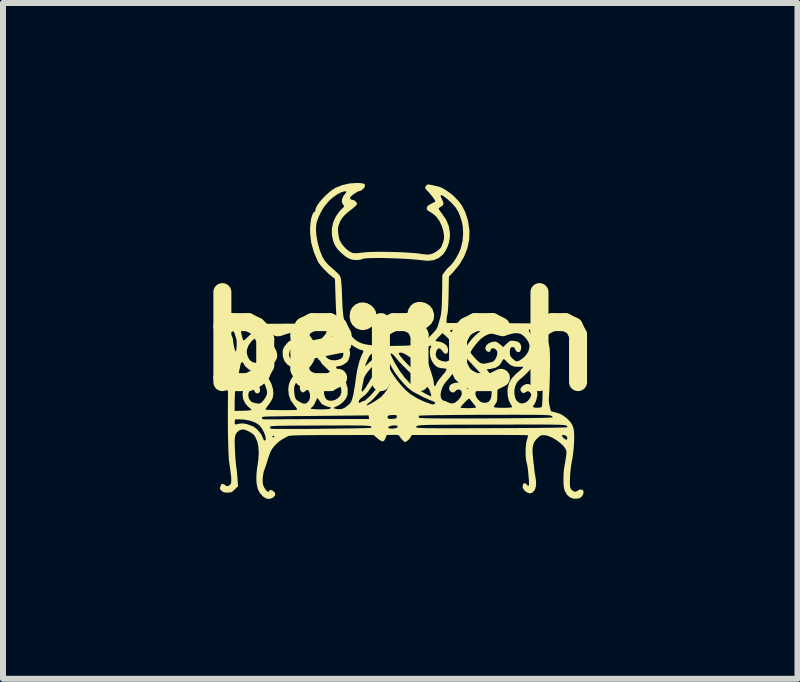
<source format=kicad_pcb>
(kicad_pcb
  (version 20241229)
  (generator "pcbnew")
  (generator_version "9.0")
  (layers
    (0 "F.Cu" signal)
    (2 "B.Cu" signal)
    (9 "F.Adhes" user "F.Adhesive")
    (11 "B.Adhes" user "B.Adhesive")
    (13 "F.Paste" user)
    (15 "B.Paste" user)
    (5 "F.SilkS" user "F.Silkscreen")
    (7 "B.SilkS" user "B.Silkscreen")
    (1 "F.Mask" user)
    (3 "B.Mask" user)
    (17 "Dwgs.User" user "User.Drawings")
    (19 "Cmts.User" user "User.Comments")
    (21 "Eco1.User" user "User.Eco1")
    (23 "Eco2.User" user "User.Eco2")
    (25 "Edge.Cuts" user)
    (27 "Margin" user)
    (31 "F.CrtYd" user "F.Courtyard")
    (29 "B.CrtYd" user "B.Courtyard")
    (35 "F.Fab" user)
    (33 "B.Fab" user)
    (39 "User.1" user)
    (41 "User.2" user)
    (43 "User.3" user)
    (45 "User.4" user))
  (footprint "bench"
    (layer "F.Cu")
    (at 3.621 2.641)
    (property "Reference" "bench" (at 0 0 0) (layer "F.SilkS") (effects (font (size 1.5 1.5) (thickness 0.3))))
    (attr board_only exclude_from_pos_files exclude_from_bom)
    (fp_poly (pts (xy 0.431 -0.636) (xy 0.494 -0.595) (xy 0.538 -0.537) (xy 0.562 -0.465) (xy 0.565 -0.425) (xy 0.555 -0.359) (xy 0.522 -0.3) (xy 0.47 -0.248) (xy 0.411 -0.21) (xy 0.348 -0.197) (xy 0.302 -0.201) (xy 0.234 -0.225) (xy 0.178 -0.27) (xy 0.137 -0.33) (xy 0.121 -0.382) (xy 0.118 -0.463) (xy 0.136 -0.534) (xy 0.171 -0.592) (xy 0.223 -0.635) (xy 0.286 -0.657) (xy 0.352 -0.658)) (stroke (width 0) (type solid)) (fill yes) (layer "F.SilkS"))
    (fp_poly (pts (xy -0.548 -0.636) (xy -0.489 -0.604) (xy -0.441 -0.558) (xy -0.408 -0.501) (xy -0.393 -0.436) (xy -0.4 -0.366) (xy -0.4 -0.365) (xy -0.431 -0.297) (xy -0.478 -0.243) (xy -0.537 -0.207) (xy -0.602 -0.189) (xy -0.669 -0.193) (xy -0.733 -0.219) (xy -0.744 -0.226) (xy -0.799 -0.278) (xy -0.831 -0.337) (xy -0.843 -0.411) (xy -0.843 -0.419) (xy -0.834 -0.498) (xy -0.803 -0.562) (xy -0.751 -0.612) (xy -0.744 -0.617) (xy -0.679 -0.645) (xy -0.612 -0.65)) (stroke (width 0) (type solid)) (fill yes) (layer "F.SilkS"))
    (fp_poly (pts (xy -0.713 -2.641) (xy -0.654 -2.638) (xy -0.616 -2.632) (xy -0.595 -2.621) (xy -0.587 -2.604) (xy -0.587 -2.593) (xy -0.598 -2.565) (xy -0.624 -2.535) (xy -0.657 -2.513) (xy -0.682 -2.507) (xy -0.704 -2.499) (xy -0.738 -2.479) (xy -0.776 -2.454) (xy -0.81 -2.428) (xy -0.831 -2.407) (xy -0.833 -2.402) (xy -0.834 -2.376) (xy -0.812 -2.362) (xy -0.795 -2.36) (xy -0.761 -2.349) (xy -0.732 -2.323) (xy -0.72 -2.292) (xy -0.72 -2.291) (xy -0.73 -2.273) (xy -0.757 -2.246) (xy -0.794 -2.215) (xy -0.797 -2.213) (xy -0.873 -2.153) (xy -0.93 -2.101) (xy -0.972 -2.051) (xy -1.002 -1.999) (xy -1.025 -1.939) (xy -1.026 -1.937) (xy -1.036 -1.896) (xy -1.037 -1.852) (xy -1.032 -1.794) (xy -1.03 -1.782) (xy -1.02 -1.723) (xy -1.005 -1.678) (xy -0.981 -1.636) (xy -0.962 -1.61) (xy -0.923 -1.564) (xy -0.878 -1.523) (xy -0.847 -1.501) (xy -0.806 -1.479) (xy -0.772 -1.47) (xy -0.73 -1.47) (xy -0.709 -1.472) (xy -0.653 -1.478) (xy -0.597 -1.484) (xy -0.573 -1.486) (xy -0.499 -1.491) (xy -0.404 -1.493) (xy -0.295 -1.494) (xy -0.176 -1.492) (xy -0.055 -1.489) (xy 0.063 -1.484) (xy 0.172 -1.477) (xy 0.266 -1.47) (xy 0.339 -1.461) (xy 0.402 -1.452) (xy 0.446 -1.448) (xy 0.479 -1.448) (xy 0.508 -1.454) (xy 0.532 -1.461) (xy 0.572 -1.48) (xy 0.614 -1.507) (xy 0.653 -1.539) (xy 0.681 -1.569) (xy 0.693 -1.593) (xy 0.693 -1.594) (xy 0.699 -1.615) (xy 0.713 -1.648) (xy 0.715 -1.653) (xy 0.73 -1.709) (xy 0.729 -1.779) (xy 0.715 -1.856) (xy 0.688 -1.936) (xy 0.651 -2.011) (xy 0.605 -2.075) (xy 0.597 -2.084) (xy 0.556 -2.12) (xy 0.508 -2.153) (xy 0.496 -2.159) (xy 0.461 -2.179) (xy 0.445 -2.197) (xy 0.442 -2.22) (xy 0.443 -2.224) (xy 0.447 -2.242) (xy 0.458 -2.257) (xy 0.479 -2.274) (xy 0.516 -2.295) (xy 0.572 -2.323) (xy 0.584 -2.329) (xy 0.583 -2.341) (xy 0.568 -2.369) (xy 0.542 -2.406) (xy 0.508 -2.448) (xy 0.481 -2.479) (xy 0.448 -2.515) (xy 0.424 -2.544) (xy 0.414 -2.559) (xy 0.413 -2.56) (xy 0.42 -2.575) (xy 0.433 -2.595) (xy 0.442 -2.607) (xy 0.452 -2.614) (xy 0.468 -2.616) (xy 0.494 -2.613) (xy 0.535 -2.605) (xy 0.594 -2.591) (xy 0.653 -2.577) (xy 0.691 -2.562) (xy 0.741 -2.534) (xy 0.798 -2.497) (xy 0.854 -2.455) (xy 0.893 -2.422) (xy 0.974 -2.339) (xy 1.036 -2.252) (xy 1.085 -2.152) (xy 1.123 -2.035) (xy 1.133 -1.993) (xy 1.155 -1.845) (xy 1.15 -1.698) (xy 1.12 -1.553) (xy 1.065 -1.414) (xy 0.986 -1.28) (xy 0.883 -1.155) (xy 0.879 -1.151) (xy 0.812 -1.082) (xy 0.806 -0.781) (xy 0.804 -0.689) (xy 0.801 -0.607) (xy 0.797 -0.539) (xy 0.793 -0.488) (xy 0.789 -0.459) (xy 0.787 -0.454) (xy 0.779 -0.425) (xy 0.774 -0.383) (xy 0.773 -0.368) (xy 0.773 -0.307) (xy 1.257 -0.306) (xy 1.382 -0.305) (xy 1.512 -0.305) (xy 1.64 -0.305) (xy 1.761 -0.304) (xy 1.869 -0.303) (xy 1.96 -0.303) (xy 2.001 -0.302) (xy 2.262 -0.3) (xy 2.319 -0.262) (xy 2.358 -0.229) (xy 2.392 -0.184) (xy 2.422 -0.121) (xy 2.452 -0.039) (xy 2.469 0.021) (xy 2.479 0.058) (xy 2.486 0.092) (xy 2.491 0.13) (xy 2.494 0.174) (xy 2.496 0.23) (xy 2.497 0.302) (xy 2.497 0.394) (xy 2.496 0.433) (xy 2.495 0.531) (xy 2.493 0.629) (xy 2.49 0.72) (xy 2.487 0.799) (xy 2.484 0.86) (xy 2.483 0.873) (xy 2.478 0.945) (xy 2.478 1) (xy 2.484 1.046) (xy 2.492 1.085) (xy 2.513 1.164) (xy 2.584 1.182) (xy 2.654 1.203) (xy 2.711 1.232) (xy 2.765 1.272) (xy 2.8 1.304) (xy 2.839 1.346) (xy 2.867 1.39) (xy 2.886 1.439) (xy 2.897 1.499) (xy 2.9 1.574) (xy 2.899 1.671) (xy 2.898 1.684) (xy 2.892 1.777) (xy 2.882 1.87) (xy 2.87 1.954) (xy 2.863 1.987) (xy 2.848 2.071) (xy 2.837 2.169) (xy 2.83 2.266) (xy 2.83 2.274) (xy 2.828 2.343) (xy 2.829 2.391) (xy 2.831 2.423) (xy 2.838 2.445) (xy 2.848 2.463) (xy 2.854 2.471) (xy 2.887 2.498) (xy 2.924 2.506) (xy 2.955 2.492) (xy 2.96 2.487) (xy 2.988 2.47) (xy 3.021 2.469) (xy 3.048 2.484) (xy 3.052 2.49) (xy 3.056 2.525) (xy 3.043 2.563) (xy 3.014 2.597) (xy 2.988 2.613) (xy 2.933 2.623) (xy 2.887 2.621) (xy 2.828 2.599) (xy 2.779 2.555) (xy 2.743 2.491) (xy 2.735 2.468) (xy 2.726 2.42) (xy 2.722 2.354) (xy 2.721 2.279) (xy 2.723 2.201) (xy 2.73 2.13) (xy 2.733 2.113) (xy 2.748 2.022) (xy 2.759 1.953) (xy 2.766 1.903) (xy 2.77 1.867) (xy 2.771 1.843) (xy 2.769 1.826) (xy 2.764 1.812) (xy 2.758 1.797) (xy 2.756 1.793) (xy 2.723 1.746) (xy 2.671 1.696) (xy 2.608 1.648) (xy 2.54 1.607) (xy 2.473 1.578) (xy 2.465 1.576) (xy 2.696 1.576) (xy 2.714 1.6) (xy 2.722 1.609) (xy 2.752 1.634) (xy 2.775 1.638) (xy 2.786 1.623) (xy 2.787 1.616) (xy 2.775 1.582) (xy 2.744 1.563) (xy 2.724 1.56) (xy 2.7 1.563) (xy 2.696 1.576) (xy 2.465 1.576) (xy 2.423 1.565) (xy 2.379 1.562) (xy 2.35 1.566) (xy 2.324 1.581) (xy 2.31 1.593) (xy 2.265 1.635) (xy 2.234 1.679) (xy 2.214 1.73) (xy 2.206 1.791) (xy 2.207 1.868) (xy 2.216 1.966) (xy 2.216 1.967) (xy 2.223 2.027) (xy 2.23 2.082) (xy 2.234 2.124) (xy 2.235 2.133) (xy 2.24 2.175) (xy 2.248 2.227) (xy 2.252 2.247) (xy 2.265 2.336) (xy 2.264 2.405) (xy 2.25 2.459) (xy 2.233 2.489) (xy 2.2 2.522) (xy 2.166 2.533) (xy 2.161 2.533) (xy 2.125 2.524) (xy 2.087 2.499) (xy 2.057 2.468) (xy 2.041 2.436) (xy 2.04 2.429) (xy 2.046 2.386) (xy 2.063 2.364) (xy 2.086 2.364) (xy 2.112 2.388) (xy 2.13 2.409) (xy 2.142 2.405) (xy 2.147 2.377) (xy 2.146 2.325) (xy 2.144 2.298) (xy 2.138 2.237) (xy 2.133 2.178) (xy 2.128 2.132) (xy 2.128 2.131) (xy 2.121 2.081) (xy 2.11 2.032) (xy 2.107 2.021) (xy 2.096 1.968) (xy 2.09 1.898) (xy 2.09 1.821) (xy 2.094 1.744) (xy 2.103 1.677) (xy 2.112 1.642) (xy 2.124 1.603) (xy 2.13 1.574) (xy 2.129 1.565) (xy 2.115 1.564) (xy 2.076 1.562) (xy 2.016 1.561) (xy 1.936 1.56) (xy 1.839 1.56) (xy 1.728 1.559) (xy 1.604 1.559) (xy 1.47 1.559) (xy 1.365 1.559) (xy 1.217 1.559) (xy 1.071 1.559) (xy 0.931 1.559) (xy 0.799 1.559) (xy 0.679 1.56) (xy 0.574 1.56) (xy 0.488 1.56) (xy 0.423 1.56) (xy 0.4 1.56) (xy 0.193 1.56) (xy 0.171 1.599) (xy 0.144 1.635) (xy 0.113 1.661) (xy 0.09 1.675) (xy 0.074 1.676) (xy 0.056 1.662) (xy 0.034 1.638) (xy 0.007 1.607) (xy -0.011 1.583) (xy -0.015 1.577) (xy -0.022 1.567) (xy -0.038 1.561) (xy -0.067 1.558) (xy -0.117 1.558) (xy -0.142 1.558) (xy -0.224 1.56) (xy -0.245 1.613) (xy -0.263 1.648) (xy -0.283 1.665) (xy -0.309 1.663) (xy -0.346 1.643) (xy -0.395 1.603) (xy -0.41 1.59) (xy -0.444 1.56) (xy -1.14 1.561) (xy -1.304 1.561) (xy -1.442 1.562) (xy -1.558 1.563) (xy -1.652 1.564) (xy -1.727 1.566) (xy -1.784 1.568) (xy -1.825 1.571) (xy -1.852 1.574) (xy -1.867 1.578) (xy -1.868 1.579) (xy -1.9 1.596) (xy -1.941 1.618) (xy -1.955 1.625) (xy -2.017 1.666) (xy -2.077 1.72) (xy -2.127 1.779) (xy -2.156 1.828) (xy -2.174 1.871) (xy -2.194 1.927) (xy -2.212 1.985) (xy -2.213 1.987) (xy -2.231 2.045) (xy -2.25 2.102) (xy -2.266 2.146) (xy -2.267 2.147) (xy -2.28 2.194) (xy -2.29 2.254) (xy -2.293 2.297) (xy -2.292 2.352) (xy -2.286 2.392) (xy -2.27 2.429) (xy -2.26 2.447) (xy -2.236 2.481) (xy -2.213 2.502) (xy -2.195 2.509) (xy -2.187 2.497) (xy -2.187 2.495) (xy -2.177 2.479) (xy -2.153 2.477) (xy -2.122 2.489) (xy -2.114 2.495) (xy -2.086 2.528) (xy -2.084 2.561) (xy -2.109 2.594) (xy -2.115 2.599) (xy -2.166 2.624) (xy -2.219 2.623) (xy -2.273 2.596) (xy -2.287 2.585) (xy -2.338 2.529) (xy -2.372 2.465) (xy -2.391 2.386) (xy -2.397 2.326) (xy -2.398 2.259) (xy -2.394 2.186) (xy -2.387 2.126) (xy -2.366 1.982) (xy -2.358 1.859) (xy -2.364 1.755) (xy -2.383 1.666) (xy -2.417 1.591) (xy -2.431 1.568) (xy -2.461 1.539) (xy -2.507 1.509) (xy -2.558 1.484) (xy -2.605 1.469) (xy -2.623 1.467) (xy -2.677 1.479) (xy -2.72 1.514) (xy -2.741 1.548) (xy -2.75 1.571) (xy -2.755 1.597) (xy -2.758 1.631) (xy -2.759 1.678) (xy -2.757 1.743) (xy -2.755 1.803) (xy -2.751 1.882) (xy -2.746 1.958) (xy -2.74 2.025) (xy -2.735 2.075) (xy -2.733 2.087) (xy -2.726 2.138) (xy -2.719 2.204) (xy -2.713 2.273) (xy -2.712 2.29) (xy -2.703 2.413) (xy -2.757 2.466) (xy -2.79 2.498) (xy -2.818 2.514) (xy -2.851 2.519) (xy -2.879 2.52) (xy -2.926 2.517) (xy -2.958 2.506) (xy -2.981 2.487) (xy -3.003 2.462) (xy -3.006 2.442) (xy -2.998 2.423) (xy -2.988 2.399) (xy -2.988 2.387) (xy -2.981 2.38) (xy -2.966 2.376) (xy -2.935 2.382) (xy -2.921 2.393) (xy -2.891 2.412) (xy -2.857 2.406) (xy -2.834 2.387) (xy -2.824 2.371) (xy -2.817 2.347) (xy -2.816 2.312) (xy -2.818 2.262) (xy -2.825 2.196) (xy -2.837 2.108) (xy -2.847 2.04) (xy -2.855 1.977) (xy -2.861 1.889) (xy -2.865 1.779) (xy -2.869 1.649) (xy -2.872 1.501) (xy -2.873 1.371) (xy -2.759 1.371) (xy -2.752 1.383) (xy -2.732 1.383) (xy -2.693 1.373) (xy -2.688 1.372) (xy -2.624 1.366) (xy -2.549 1.38) (xy -2.458 1.414) (xy -2.452 1.417) (xy -2.401 1.451) (xy -2.352 1.502) (xy -2.311 1.559) (xy -2.287 1.615) (xy -2.286 1.618) (xy -2.273 1.644) (xy -2.256 1.653) (xy -2.243 1.643) (xy -2.24 1.627) (xy -2.247 1.586) (xy -2.131 1.586) (xy -2.124 1.598) (xy -2.113 1.6) (xy -2.097 1.593) (xy -2.096 1.586) (xy -2.11 1.572) (xy -2.113 1.571) (xy -2.129 1.582) (xy -2.131 1.586) (xy -2.247 1.586) (xy -2.248 1.577) (xy -2.27 1.518) (xy -2.3 1.46) (xy -2.322 1.429) (xy -2.171 1.429) (xy -2.164 1.45) (xy -2.152 1.456) (xy -2.13 1.457) (xy -2.085 1.458) (xy -2.02 1.459) (xy -1.938 1.459) (xy -1.84 1.459) (xy -1.731 1.459) (xy -1.613 1.459) (xy -1.488 1.458) (xy -1.359 1.457) (xy -1.23 1.455) (xy -1.102 1.454) (xy -0.98 1.452) (xy -0.865 1.451) (xy -0.76 1.449) (xy -0.668 1.447) (xy -0.592 1.445) (xy -0.535 1.443) (xy -0.499 1.441) (xy -0.488 1.44) (xy -0.48 1.43) (xy -0.198 1.43) (xy -0.195 1.445) (xy -0.177 1.452) (xy -0.151 1.453) (xy -0.109 1.451) (xy -0.073 1.446) (xy -0.07 1.445) (xy -0.047 1.431) (xy -0.044 1.427) (xy 0.267 1.427) (xy 0.268 1.43) (xy 0.272 1.434) (xy 0.281 1.437) (xy 0.296 1.44) (xy 0.319 1.442) (xy 0.351 1.443) (xy 0.395 1.445) (xy 0.451 1.446) (xy 0.521 1.447) (xy 0.607 1.447) (xy 0.71 1.448) (xy 0.832 1.448) (xy 0.975 1.448) (xy 1.14 1.447) (xy 1.328 1.447) (xy 1.523 1.446) (xy 1.733 1.445) (xy 1.928 1.444) (xy 2.106 1.443) (xy 2.266 1.442) (xy 2.406 1.44) (xy 2.526 1.439) (xy 2.625 1.437) (xy 2.7 1.435) (xy 2.752 1.433) (xy 2.78 1.431) (xy 2.783 1.43) (xy 2.785 1.419) (xy 2.781 1.41) (xy 2.77 1.403) (xy 2.748 1.397) (xy 2.714 1.393) (xy 2.666 1.39) (xy 2.601 1.388) (xy 2.518 1.387) (xy 2.413 1.386) (xy 2.286 1.386) (xy 2.198 1.386) (xy 2.057 1.386) (xy 1.897 1.386) (xy 1.724 1.387) (xy 1.545 1.387) (xy 1.367 1.387) (xy 1.197 1.388) (xy 1.041 1.388) (xy 1.027 1.388) (xy 0.865 1.388) (xy 0.727 1.389) (xy 0.613 1.39) (xy 0.519 1.391) (xy 0.443 1.392) (xy 0.384 1.395) (xy 0.34 1.398) (xy 0.308 1.401) (xy 0.287 1.406) (xy 0.274 1.412) (xy 0.268 1.418) (xy 0.267 1.426) (xy 0.267 1.427) (xy -0.044 1.427) (xy -0.04 1.418) (xy -0.051 1.406) (xy -0.08 1.4) (xy -0.117 1.401) (xy -0.155 1.406) (xy -0.185 1.417) (xy -0.198 1.43) (xy -0.48 1.43) (xy -0.48 1.43) (xy -0.481 1.422) (xy -0.491 1.415) (xy -0.514 1.41) (xy -0.551 1.406) (xy -0.604 1.403) (xy -0.675 1.402) (xy -0.767 1.401) (xy -0.882 1.4) (xy -1.02 1.401) (xy -1.028 1.401) (xy -1.228 1.401) (xy -1.404 1.402) (xy -1.556 1.403) (xy -1.686 1.403) (xy -1.796 1.404) (xy -1.888 1.405) (xy -1.964 1.406) (xy -2.024 1.407) (xy -2.071 1.408) (xy -2.107 1.41) (xy -2.133 1.412) (xy -2.15 1.414) (xy -2.161 1.417) (xy -2.167 1.42) (xy -2.169 1.424) (xy -2.17 1.428) (xy -2.171 1.429) (xy -2.322 1.429) (xy -2.335 1.412) (xy -2.346 1.4) (xy -2.41 1.356) (xy -2.492 1.324) (xy -2.586 1.305) (xy -2.66 1.3) (xy -2.753 1.3) (xy -2.758 1.343) (xy -2.759 1.371) (xy -2.873 1.371) (xy -2.873 1.337) (xy -2.873 1.272) (xy -2.307 1.272) (xy -2.297 1.293) (xy -2.291 1.296) (xy -2.273 1.298) (xy -2.233 1.299) (xy -2.175 1.299) (xy -2.101 1.299) (xy -2.018 1.299) (xy -1.974 1.298) (xy -1.893 1.297) (xy -1.789 1.297) (xy -1.669 1.296) (xy -1.538 1.295) (xy -1.399 1.295) (xy -1.259 1.294) (xy -1.121 1.294) (xy -1.096 1.294) (xy -0.518 1.293) (xy -0.522 1.263) (xy -0.523 1.26) (xy -0.212 1.26) (xy -0.208 1.275) (xy -0.196 1.287) (xy -0.167 1.292) (xy -0.13 1.291) (xy -0.088 1.287) (xy -0.067 1.279) (xy -0.057 1.265) (xy -0.057 1.261) (xy 0.308 1.261) (xy 0.31 1.269) (xy 0.315 1.272) (xy 0.329 1.275) (xy 0.354 1.277) (xy 0.391 1.279) (xy 0.441 1.281) (xy 0.506 1.282) (xy 0.588 1.283) (xy 0.688 1.284) (xy 0.808 1.284) (xy 0.948 1.284) (xy 1.112 1.284) (xy 1.3 1.283) (xy 1.422 1.283) (xy 1.608 1.282) (xy 1.781 1.281) (xy 1.941 1.28) (xy 2.085 1.278) (xy 2.213 1.277) (xy 2.321 1.275) (xy 2.41 1.273) (xy 2.476 1.271) (xy 2.52 1.269) (xy 2.538 1.267) (xy 2.539 1.267) (xy 2.537 1.253) (xy 2.513 1.238) (xy 2.512 1.237) (xy 2.5 1.234) (xy 2.478 1.231) (xy 2.444 1.229) (xy 2.397 1.227) (xy 2.335 1.225) (xy 2.257 1.224) (xy 2.162 1.223) (xy 2.047 1.223) (xy 1.911 1.222) (xy 1.753 1.223) (xy 1.572 1.223) (xy 1.401 1.223) (xy 1.214 1.224) (xy 1.04 1.225) (xy 0.881 1.226) (xy 0.739 1.228) (xy 0.615 1.229) (xy 0.51 1.231) (xy 0.427 1.233) (xy 0.365 1.235) (xy 0.328 1.237) (xy 0.315 1.239) (xy 0.308 1.261) (xy -0.057 1.261) (xy -0.056 1.257) (xy -0.055 1.24) (xy -0.065 1.231) (xy -0.09 1.227) (xy -0.125 1.227) (xy -0.176 1.23) (xy -0.205 1.241) (xy -0.212 1.26) (xy -0.523 1.26) (xy -0.527 1.233) (xy -1.033 1.238) (xy -1.242 1.24) (xy -1.437 1.242) (xy -1.617 1.244) (xy -1.779 1.245) (xy -1.921 1.247) (xy -2.042 1.249) (xy -2.14 1.25) (xy -2.197 1.251) (xy -2.253 1.253) (xy -2.288 1.258) (xy -2.304 1.265) (xy -2.307 1.272) (xy -2.873 1.272) (xy -2.873 1.16) (xy -2.873 1.158) (xy -2.761 1.158) (xy -2.62 1.156) (xy -2.563 1.154) (xy -2.516 1.15) (xy -2.487 1.146) (xy -2.479 1.142) (xy -2.488 1.127) (xy -2.512 1.108) (xy -2.514 1.107) (xy -2.542 1.081) (xy -2.574 1.044) (xy -2.588 1.025) (xy -2.619 0.957) (xy -2.629 0.884) (xy -2.618 0.812) (xy -2.592 0.758) (xy -2.554 0.718) (xy -2.507 0.689) (xy -2.459 0.675) (xy -2.424 0.679) (xy -2.378 0.709) (xy -2.347 0.754) (xy -2.336 0.806) (xy -2.339 0.834) (xy -2.356 0.86) (xy -2.383 0.868) (xy -2.41 0.857) (xy -2.426 0.835) (xy -2.445 0.801) (xy -2.468 0.793) (xy -2.498 0.811) (xy -2.501 0.814) (xy -2.527 0.855) (xy -2.533 0.904) (xy -2.521 0.954) (xy -2.493 0.995) (xy -2.469 1.012) (xy -2.442 1.021) (xy -2.402 1.031) (xy -2.392 1.033) (xy -2.352 1.036) (xy -2.325 1.028) (xy -2.303 1.011) (xy -2.275 0.979) (xy -2.248 0.937) (xy -2.241 0.925) (xy -2.224 0.887) (xy -2.219 0.855) (xy -2.225 0.814) (xy -2.227 0.807) (xy -2.251 0.73) (xy -2.291 0.661) (xy -2.348 0.597) (xy -2.427 0.533) (xy -2.475 0.499) (xy -2.538 0.455) (xy -2.578 0.42) (xy -2.6 0.392) (xy -2.602 0.385) (xy -2.617 0.358) (xy -2.634 0.347) (xy -2.634 0.347) (xy -2.645 0.35) (xy -2.654 0.362) (xy -2.662 0.388) (xy -2.672 0.433) (xy -2.68 0.473) (xy -2.693 0.543) (xy -2.709 0.615) (xy -2.724 0.684) (xy -2.737 0.739) (xy -2.745 0.769) (xy -2.75 0.798) (xy -2.754 0.847) (xy -2.757 0.91) (xy -2.759 0.979) (xy -2.759 0.985) (xy -2.761 1.158) (xy -2.873 1.158) (xy -2.872 0.97) (xy -2.87 0.772) (xy -2.867 0.607) (xy -2.865 0.441) (xy -2.867 0.298) (xy -2.871 0.191) (xy -2.558 0.191) (xy -2.541 0.255) (xy -2.539 0.261) (xy -2.506 0.314) (xy -2.457 0.348) (xy -2.392 0.36) (xy -2.312 0.351) (xy -2.287 0.345) (xy -2.24 0.325) (xy -2.199 0.295) (xy -2.168 0.26) (xy -2.153 0.227) (xy -2.154 0.21) (xy -2.174 0.166) (xy -2.2 0.133) (xy -2.227 0.113) (xy -2.252 0.109) (xy -2.269 0.122) (xy -2.275 0.147) (xy -2.277 0.179) (xy -2.279 0.197) (xy -2.291 0.21) (xy -2.316 0.213) (xy -2.346 0.205) (xy -2.366 0.192) (xy -2.384 0.157) (xy -2.385 0.112) (xy -2.37 0.067) (xy -2.356 0.045) (xy -2.33 0.022) (xy -2.299 0.01) (xy -2.252 0.004) (xy -2.204 0.003) (xy -2.171 0.012) (xy -2.143 0.034) (xy -2.112 0.074) (xy -2.109 0.077) (xy -2.068 0.15) (xy -2.05 0.217) (xy -2.054 0.277) (xy -2.055 0.279) (xy -2.088 0.342) (xy -2.142 0.395) (xy -2.211 0.432) (xy -2.219 0.435) (xy -2.259 0.449) (xy -2.289 0.461) (xy -2.298 0.467) (xy -2.295 0.481) (xy -2.278 0.508) (xy -2.25 0.543) (xy -2.249 0.544) (xy -2.19 0.624) (xy -2.146 0.709) (xy -2.121 0.794) (xy -2.114 0.874) (xy -2.127 0.946) (xy -2.136 0.965) (xy -2.162 1.01) (xy -2.195 1.058) (xy -2.208 1.075) (xy -2.232 1.106) (xy -2.245 1.129) (xy -2.246 1.136) (xy -2.231 1.139) (xy -2.194 1.141) (xy -2.14 1.143) (xy -2.075 1.144) (xy -2.003 1.145) (xy -1.93 1.145) (xy -1.861 1.145) (xy -1.8 1.144) (xy -1.753 1.143) (xy -1.725 1.141) (xy -1.719 1.139) (xy -1.721 1.126) (xy -1.725 1.12) (xy -1.493 1.12) (xy -1.481 1.124) (xy -1.448 1.128) (xy -1.402 1.131) (xy -1.347 1.132) (xy -1.29 1.132) (xy -1.239 1.131) (xy -1.198 1.128) (xy -1.178 1.125) (xy -1.157 1.113) (xy -1.158 1.1) (xy -1.182 1.093) (xy -1.185 1.093) (xy -1.21 1.088) (xy -1.244 1.075) (xy -1.28 1.058) (xy -1.308 1.042) (xy -1.32 1.03) (xy -1.32 1.03) (xy -1.328 1.014) (xy -1.347 0.987) (xy -1.352 0.98) (xy -1.383 0.941) (xy -1.414 1.011) (xy -1.434 1.052) (xy -1.456 1.083) (xy -1.469 1.094) (xy -1.489 1.11) (xy -1.493 1.12) (xy -1.725 1.12) (xy -1.737 1.1) (xy -1.765 1.066) (xy -1.765 1.066) (xy -1.824 0.983) (xy -1.857 0.893) (xy -1.865 0.81) (xy -1.769 0.81) (xy -1.766 0.851) (xy -1.758 0.91) (xy -1.746 0.949) (xy -1.726 0.977) (xy -1.692 1) (xy -1.673 1.011) (xy -1.63 1.031) (xy -1.599 1.038) (xy -1.573 1.033) (xy -1.559 1.026) (xy -1.523 0.993) (xy -1.504 0.944) (xy -1.504 0.886) (xy -1.505 0.879) (xy -1.519 0.831) (xy -1.535 0.808) (xy -1.555 0.808) (xy -1.577 0.824) (xy -1.609 0.848) (xy -1.634 0.849) (xy -1.657 0.827) (xy -1.661 0.821) (xy -1.675 0.779) (xy -1.667 0.739) (xy -1.639 0.707) (xy -1.595 0.685) (xy -1.553 0.68) (xy -1.513 0.683) (xy -1.484 0.698) (xy -1.455 0.727) (xy -1.43 0.758) (xy -1.415 0.781) (xy -1.413 0.787) (xy -1.407 0.801) (xy -1.393 0.795) (xy -1.376 0.774) (xy -1.367 0.757) (xy -1.333 0.701) (xy -1.289 0.664) (xy -1.24 0.649) (xy -1.189 0.656) (xy -1.143 0.687) (xy -1.115 0.727) (xy -1.1 0.772) (xy -1.103 0.809) (xy -1.121 0.826) (xy -1.149 0.825) (xy -1.18 0.807) (xy -1.201 0.785) (xy -1.231 0.743) (xy -1.256 0.773) (xy -1.273 0.815) (xy -1.269 0.874) (xy -1.251 0.936) (xy -1.226 0.97) (xy -1.186 0.987) (xy -1.138 0.989) (xy -1.087 0.976) (xy -1.04 0.948) (xy -1.002 0.908) (xy -1 0.904) (xy -0.98 0.848) (xy -0.985 0.782) (xy -1.014 0.707) (xy -1.067 0.623) (xy -1.143 0.532) (xy -1.244 0.432) (xy -1.283 0.396) (xy -1.308 0.371) (xy -1.32 0.351) (xy -1.32 0.349) (xy -1.33 0.331) (xy -1.344 0.317) (xy -1.368 0.293) (xy -1.377 0.277) (xy -1.391 0.257) (xy -1.4 0.253) (xy -1.416 0.264) (xy -1.422 0.277) (xy -1.446 0.336) (xy -1.48 0.393) (xy -1.528 0.452) (xy -1.593 0.518) (xy -1.649 0.575) (xy -1.696 0.63) (xy -1.731 0.678) (xy -1.741 0.695) (xy -1.759 0.736) (xy -1.768 0.77) (xy -1.769 0.81) (xy -1.865 0.81) (xy -1.866 0.801) (xy -1.857 0.723) (xy -1.829 0.647) (xy -1.778 0.566) (xy -1.767 0.552) (xy -1.742 0.517) (xy -1.725 0.491) (xy -1.72 0.481) (xy -1.732 0.472) (xy -1.761 0.456) (xy -1.8 0.438) (xy -1.874 0.392) (xy -1.926 0.333) (xy -1.954 0.261) (xy -1.96 0.199) (xy -1.958 0.151) (xy -1.947 0.114) (xy -1.924 0.077) (xy -1.914 0.064) (xy -1.885 0.029) (xy -1.859 0.003) (xy -1.846 -0.005) (xy -1.795 -0.013) (xy -1.741 -0.005) (xy -1.702 0.014) (xy -1.678 0.04) (xy -1.668 0.073) (xy -1.667 0.098) (xy -1.673 0.147) (xy -1.688 0.177) (xy -1.71 0.186) (xy -1.733 0.173) (xy -1.752 0.14) (xy -1.768 0.11) (xy -1.782 0.094) (xy -1.785 0.093) (xy -1.807 0.105) (xy -1.829 0.134) (xy -1.846 0.173) (xy -1.853 0.212) (xy -1.853 0.214) (xy -1.849 0.251) (xy -1.831 0.281) (xy -1.806 0.305) (xy -1.751 0.344) (xy -1.698 0.358) (xy -1.644 0.349) (xy -1.585 0.314) (xy -1.562 0.297) (xy -1.504 0.249) (xy -1.51 0.194) (xy -1.267 0.194) (xy -1.246 0.246) (xy -1.207 0.287) (xy -1.153 0.311) (xy -1.09 0.315) (xy -1.023 0.303) (xy -0.978 0.283) (xy -0.954 0.251) (xy -0.947 0.204) (xy -0.949 0.178) (xy -0.96 0.149) (xy -0.979 0.135) (xy -0.998 0.139) (xy -1.009 0.159) (xy -1.027 0.182) (xy -1.046 0.187) (xy -1.083 0.177) (xy -1.103 0.152) (xy -1.104 0.115) (xy -1.085 0.072) (xy -1.071 0.054) (xy -1.046 0.027) (xy -1.022 0.017) (xy -0.988 0.02) (xy -0.981 0.021) (xy -0.927 0.036) (xy -0.888 0.066) (xy -0.857 0.117) (xy -0.852 0.127) (xy -0.837 0.169) (xy -0.836 0.208) (xy -0.841 0.24) (xy -0.854 0.284) (xy -0.869 0.321) (xy -0.874 0.33) (xy -0.904 0.359) (xy -0.948 0.387) (xy -0.995 0.407) (xy -1.031 0.413) (xy -1.059 0.416) (xy -1.069 0.427) (xy -1.06 0.449) (xy -1.033 0.486) (xy -1.022 0.499) (xy -0.95 0.598) (xy -0.901 0.694) (xy -0.876 0.785) (xy -0.876 0.871) (xy -0.882 0.902) (xy -0.908 0.956) (xy -0.952 1.01) (xy -1.007 1.054) (xy -1.043 1.074) (xy -1.078 1.089) (xy -1.102 1.101) (xy -1.106 1.103) (xy -1.106 1.113) (xy -1.086 1.122) (xy -1.052 1.128) (xy -1.015 1.13) (xy -0.965 1.124) (xy -0.922 1.103) (xy -0.92 1.102) (xy 1.005 1.102) (xy 1.006 1.105) (xy 1.021 1.109) (xy 1.055 1.111) (xy 1.102 1.112) (xy 1.153 1.112) (xy 1.201 1.11) (xy 1.24 1.107) (xy 1.261 1.103) (xy 1.263 1.102) (xy 1.259 1.088) (xy 1.242 1.062) (xy 1.225 1.043) (xy 1.196 1.007) (xy 1.172 0.976) (xy 1.165 0.966) (xy 1.156 0.954) (xy 1.145 0.954) (xy 1.127 0.966) (xy 1.097 0.994) (xy 1.075 1.017) (xy 1.04 1.054) (xy 1.016 1.084) (xy 1.005 1.102) (xy -0.92 1.102) (xy -0.9 1.088) (xy -0.866 1.06) (xy -0.862 1.056) (xy -0.558 1.056) (xy -0.556 1.066) (xy -0.551 1.067) (xy -0.535 1.06) (xy -0.502 1.043) (xy -0.458 1.019) (xy -0.44 1.008) (xy -0.366 0.961) (xy -0.31 0.917) (xy -0.265 0.868) (xy -0.223 0.808) (xy -0.214 0.793) (xy -0.189 0.747) (xy -0.178 0.717) (xy -0.181 0.698) (xy -0.182 0.696) (xy -0.2 0.675) (xy -0.218 0.676) (xy -0.24 0.698) (xy -0.257 0.723) (xy -0.292 0.774) (xy -0.337 0.831) (xy -0.385 0.889) (xy -0.433 0.942) (xy -0.476 0.985) (xy -0.507 1.011) (xy -0.541 1.036) (xy -0.558 1.056) (xy -0.862 1.056) (xy -0.839 1.036) (xy -0.832 1.027) (xy -0.824 1.014) (xy -0.693 1.014) (xy -0.685 1.026) (xy -0.66 1.017) (xy -0.643 1.006) (xy -0.617 0.993) (xy -0.602 0.992) (xy -0.589 0.986) (xy -0.563 0.965) (xy -0.528 0.933) (xy -0.49 0.895) (xy -0.454 0.855) (xy -0.423 0.819) (xy -0.403 0.791) (xy -0.4 0.787) (xy -0.383 0.758) (xy -0.372 0.741) (xy -0.322 0.676) (xy -0.288 0.627) (xy -0.268 0.59) (xy -0.261 0.56) (xy -0.264 0.534) (xy -0.266 0.527) (xy -0.28 0.502) (xy -0.293 0.493) (xy -0.306 0.504) (xy -0.328 0.532) (xy -0.357 0.572) (xy -0.369 0.59) (xy -0.426 0.679) (xy -0.472 0.748) (xy -0.509 0.801) (xy -0.538 0.841) (xy -0.563 0.871) (xy -0.586 0.893) (xy -0.61 0.912) (xy -0.615 0.916) (xy -0.661 0.953) (xy -0.686 0.984) (xy -0.693 1.014) (xy -0.693 1.014) (xy -0.824 1.014) (xy -0.816 1.001) (xy -0.801 0.961) (xy -0.786 0.906) (xy -0.772 0.833) (xy -0.767 0.801) (xy -0.642 0.801) (xy -0.642 0.83) (xy -0.632 0.836) (xy -0.612 0.818) (xy -0.581 0.777) (xy -0.54 0.711) (xy -0.525 0.688) (xy -0.487 0.623) (xy -0.458 0.576) (xy -0.437 0.543) (xy -0.42 0.516) (xy -0.403 0.493) (xy -0.384 0.467) (xy -0.37 0.449) (xy -0.339 0.407) (xy -0.324 0.378) (xy -0.323 0.356) (xy -0.332 0.335) (xy -0.349 0.33) (xy -0.377 0.344) (xy -0.414 0.372) (xy -0.455 0.41) (xy -0.498 0.455) (xy -0.538 0.503) (xy -0.572 0.55) (xy -0.596 0.592) (xy -0.607 0.624) (xy -0.615 0.666) (xy -0.626 0.719) (xy -0.633 0.75) (xy -0.642 0.801) (xy -0.767 0.801) (xy -0.756 0.74) (xy -0.74 0.623) (xy -0.733 0.573) (xy -0.719 0.489) (xy -0.701 0.408) (xy -0.585 0.408) (xy -0.585 0.413) (xy -0.583 0.413) (xy -0.573 0.404) (xy -0.547 0.381) (xy -0.51 0.346) (xy -0.469 0.308) (xy -0.466 0.305) (xy -0.227 0.305) (xy -0.217 0.359) (xy -0.19 0.427) (xy -0.15 0.504) (xy -0.098 0.585) (xy -0.038 0.666) (xy 0.027 0.744) (xy 0.093 0.813) (xy 0.159 0.87) (xy 0.186 0.889) (xy 0.294 0.954) (xy 0.406 1.006) (xy 0.514 1.044) (xy 0.547 1.051) (xy 0.562 1.047) (xy 0.572 1.041) (xy 0.584 1.025) (xy 0.571 1.008) (xy 0.537 0.994) (xy 0.537 0.994) (xy 0.505 0.982) (xy 0.456 0.961) (xy 0.396 0.934) (xy 0.359 0.915) (xy 0.674 0.915) (xy 0.685 0.954) (xy 0.706 0.98) (xy 0.724 0.987) (xy 0.746 0.992) (xy 0.78 1.007) (xy 0.794 1.014) (xy 0.83 1.029) (xy 0.858 1.034) (xy 0.864 1.034) (xy 0.893 1.027) (xy 0.9 1.027) (xy 0.918 1.018) (xy 0.947 0.995) (xy 0.972 0.972) (xy 1.01 0.924) (xy 1.027 0.877) (xy 1.024 0.836) (xy 1.011 0.816) (xy 0.979 0.801) (xy 0.945 0.807) (xy 0.923 0.827) (xy 0.897 0.849) (xy 0.867 0.851) (xy 0.838 0.835) (xy 0.818 0.805) (xy 0.814 0.776) (xy 0.826 0.738) (xy 0.858 0.71) (xy 0.904 0.692) (xy 0.958 0.686) (xy 1.013 0.696) (xy 1.024 0.701) (xy 1.06 0.723) (xy 1.092 0.756) (xy 1.095 0.759) (xy 1.121 0.79) (xy 1.139 0.798) (xy 1.154 0.783) (xy 1.161 0.769) (xy 1.192 0.731) (xy 1.236 0.706) (xy 1.288 0.696) (xy 1.339 0.702) (xy 1.381 0.724) (xy 1.389 0.733) (xy 1.409 0.761) (xy 1.411 0.781) (xy 1.396 0.805) (xy 1.394 0.807) (xy 1.378 0.824) (xy 1.359 0.825) (xy 1.332 0.817) (xy 1.291 0.809) (xy 1.265 0.822) (xy 1.254 0.857) (xy 1.253 0.875) (xy 1.265 0.92) (xy 1.294 0.965) (xy 1.333 1.002) (xy 1.372 1.02) (xy 1.431 1.023) (xy 1.476 1.005) (xy 1.506 0.964) (xy 1.521 0.901) (xy 1.524 0.851) (xy 1.523 0.813) (xy 1.518 0.78) (xy 1.508 0.748) (xy 1.491 0.714) (xy 1.464 0.674) (xy 1.425 0.627) (xy 1.372 0.568) (xy 1.304 0.494) (xy 1.278 0.466) (xy 1.442 0.466) (xy 1.447 0.475) (xy 1.466 0.5) (xy 1.489 0.53) (xy 1.539 0.592) (xy 1.574 0.64) (xy 1.598 0.681) (xy 1.611 0.72) (xy 1.618 0.764) (xy 1.62 0.819) (xy 1.62 0.854) (xy 1.619 0.92) (xy 1.617 0.965) (xy 1.612 0.996) (xy 1.603 1.019) (xy 1.59 1.038) (xy 1.57 1.068) (xy 1.56 1.09) (xy 1.56 1.093) (xy 1.573 1.099) (xy 1.611 1.104) (xy 1.671 1.106) (xy 1.713 1.107) (xy 1.777 1.106) (xy 1.827 1.103) (xy 1.858 1.098) (xy 1.867 1.094) (xy 1.86 1.076) (xy 1.842 1.046) (xy 1.834 1.033) (xy 1.808 0.978) (xy 1.792 0.906) (xy 1.79 0.864) (xy 1.903 0.864) (xy 1.914 0.932) (xy 1.936 0.981) (xy 1.973 1.017) (xy 1.979 1.021) (xy 2.023 1.035) (xy 2.072 1.027) (xy 2.118 1) (xy 2.154 0.96) (xy 2.178 0.917) (xy 2.185 0.887) (xy 2.175 0.863) (xy 2.159 0.846) (xy 2.14 0.831) (xy 2.122 0.83) (xy 2.096 0.843) (xy 2.092 0.845) (xy 2.064 0.86) (xy 2.046 0.861) (xy 2.027 0.847) (xy 2.026 0.846) (xy 2.003 0.814) (xy 2.007 0.782) (xy 2.036 0.748) (xy 2.046 0.74) (xy 2.079 0.718) (xy 2.109 0.71) (xy 2.149 0.713) (xy 2.154 0.714) (xy 2.216 0.734) (xy 2.259 0.773) (xy 2.283 0.827) (xy 2.287 0.895) (xy 2.273 0.96) (xy 2.258 1.005) (xy 2.242 1.04) (xy 2.231 1.055) (xy 2.212 1.079) (xy 2.219 1.096) (xy 2.249 1.105) (xy 2.277 1.106) (xy 2.318 1.104) (xy 2.348 1.099) (xy 2.355 1.096) (xy 2.363 1.078) (xy 2.368 1.032) (xy 2.371 0.961) (xy 2.372 0.913) (xy 2.373 0.834) (xy 2.375 0.753) (xy 2.378 0.678) (xy 2.381 0.627) (xy 2.385 0.565) (xy 2.389 0.506) (xy 2.392 0.46) (xy 2.393 0.453) (xy 2.394 0.391) (xy 2.39 0.312) (xy 2.383 0.225) (xy 2.373 0.137) (xy 2.36 0.057) (xy 2.347 -0.007) (xy 2.343 -0.02) (xy 2.313 -0.097) (xy 2.275 -0.154) (xy 2.232 -0.189) (xy 2.189 -0.2) (xy 2.158 -0.197) (xy 2.141 -0.189) (xy 2.145 -0.173) (xy 2.163 -0.143) (xy 2.19 -0.106) (xy 2.192 -0.103) (xy 2.224 -0.057) (xy 2.245 -0.016) (xy 2.259 0.034) (xy 2.266 0.072) (xy 2.278 0.178) (xy 2.274 0.268) (xy 2.252 0.345) (xy 2.219 0.403) (xy 2.18 0.454) (xy 2.128 0.511) (xy 2.071 0.567) (xy 2.017 0.615) (xy 1.988 0.637) (xy 1.95 0.678) (xy 1.921 0.736) (xy 1.904 0.804) (xy 1.903 0.864) (xy 1.79 0.864) (xy 1.788 0.828) (xy 1.791 0.779) (xy 1.814 0.695) (xy 1.858 0.617) (xy 1.927 0.544) (xy 1.954 0.52) (xy 1.995 0.485) (xy 2.028 0.456) (xy 2.047 0.436) (xy 2.049 0.432) (xy 2.042 0.423) (xy 2.009 0.422) (xy 1.989 0.423) (xy 1.909 0.421) (xy 1.842 0.397) (xy 1.785 0.349) (xy 1.782 0.346) (xy 1.755 0.316) (xy 1.733 0.297) (xy 1.725 0.294) (xy 1.713 0.305) (xy 1.696 0.333) (xy 1.689 0.346) (xy 1.65 0.401) (xy 1.591 0.438) (xy 1.516 0.457) (xy 1.511 0.458) (xy 1.473 0.462) (xy 1.447 0.465) (xy 1.442 0.466) (xy 1.278 0.466) (xy 1.274 0.462) (xy 1.101 0.277) (xy 1.016 0.369) (xy 0.973 0.416) (xy 0.932 0.464) (xy 0.901 0.503) (xy 0.893 0.513) (xy 0.865 0.55) (xy 0.827 0.597) (xy 0.787 0.644) (xy 0.784 0.647) (xy 0.736 0.707) (xy 0.704 0.762) (xy 0.683 0.825) (xy 0.674 0.871) (xy 0.674 0.915) (xy 0.359 0.915) (xy 0.334 0.902) (xy 0.273 0.871) (xy 0.222 0.843) (xy 0.193 0.825) (xy 0.129 0.774) (xy 0.059 0.704) (xy -0.011 0.623) (xy -0.076 0.537) (xy -0.131 0.451) (xy -0.172 0.373) (xy -0.183 0.345) (xy -0.201 0.303) (xy -0.215 0.283) (xy -0.224 0.284) (xy -0.227 0.305) (xy -0.466 0.305) (xy -0.421 0.262) (xy -0.391 0.231) (xy -0.378 0.215) (xy -0.16 0.215) (xy -0.154 0.231) (xy -0.137 0.266) (xy -0.113 0.315) (xy -0.083 0.37) (xy -0.01 0.49) (xy 0.071 0.599) (xy 0.158 0.692) (xy 0.245 0.765) (xy 0.249 0.768) (xy 0.293 0.797) (xy 0.344 0.828) (xy 0.397 0.858) (xy 0.445 0.884) (xy 0.485 0.903) (xy 0.511 0.913) (xy 0.518 0.913) (xy 0.517 0.899) (xy 0.509 0.868) (xy 0.5 0.841) (xy 0.489 0.81) (xy 0.474 0.785) (xy 0.452 0.76) (xy 0.418 0.73) (xy 0.368 0.692) (xy 0.349 0.677) (xy 0.278 0.621) (xy 0.199 0.552) (xy 0.119 0.477) (xy 0.043 0.401) (xy -0.024 0.33) (xy -0.076 0.269) (xy -0.08 0.263) (xy -0.113 0.225) (xy -0.139 0.203) (xy -0.155 0.201) (xy -0.16 0.215) (xy -0.378 0.215) (xy -0.376 0.212) (xy -0.373 0.199) (xy -0.374 0.197) (xy -0.027 0.197) (xy -0.017 0.218) (xy 0.008 0.253) (xy 0.046 0.298) (xy 0.092 0.349) (xy 0.144 0.402) (xy 0.197 0.453) (xy 0.248 0.499) (xy 0.277 0.522) (xy 0.321 0.558) (xy 0.364 0.593) (xy 0.392 0.616) (xy 0.426 0.644) (xy 0.446 0.652) (xy 0.453 0.641) (xy 0.453 0.636) (xy 0.445 0.586) (xy 0.423 0.528) (xy 0.393 0.472) (xy 0.364 0.433) (xy 0.309 0.379) (xy 0.247 0.326) (xy 0.184 0.277) (xy 0.123 0.236) (xy 0.069 0.205) (xy 0.045 0.196) (xy 0.201 0.196) (xy 0.21 0.209) (xy 0.234 0.23) (xy 0.264 0.253) (xy 0.293 0.274) (xy 0.313 0.285) (xy 0.318 0.286) (xy 0.315 0.273) (xy 0.302 0.246) (xy 0.298 0.237) (xy 0.266 0.2) (xy 0.236 0.189) (xy 0.21 0.189) (xy 0.201 0.196) (xy 0.045 0.196) (xy 0.027 0.189) (xy 0.013 0.187) (xy -0.015 0.19) (xy -0.027 0.197) (xy -0.027 0.197) (xy -0.374 0.197) (xy -0.379 0.191) (xy -0.385 0.187) (xy -0.411 0.18) (xy -0.441 0.188) (xy -0.461 0.197) (xy -0.49 0.216) (xy -0.513 0.243) (xy -0.535 0.285) (xy -0.548 0.314) (xy -0.568 0.363) (xy -0.58 0.393) (xy -0.585 0.408) (xy -0.701 0.408) (xy -0.699 0.402) (xy -0.677 0.321) (xy -0.653 0.255) (xy -0.642 0.23) (xy -0.621 0.186) (xy -0.615 0.16) (xy -0.622 0.148) (xy -0.629 0.147) (xy 0.396 0.147) (xy 0.402 0.167) (xy 0.414 0.206) (xy 0.431 0.26) (xy 0.452 0.323) (xy 0.458 0.34) (xy 0.491 0.44) (xy 0.517 0.518) (xy 0.535 0.577) (xy 0.548 0.621) (xy 0.555 0.654) (xy 0.559 0.678) (xy 0.56 0.693) (xy 0.565 0.728) (xy 0.578 0.746) (xy 0.582 0.747) (xy 0.589 0.736) (xy 0.602 0.709) (xy 0.604 0.703) (xy 0.622 0.673) (xy 0.652 0.63) (xy 0.688 0.585) (xy 0.698 0.573) (xy 0.741 0.522) (xy 0.765 0.486) (xy 0.771 0.465) (xy 0.761 0.454) (xy 0.75 0.452) (xy 0.683 0.446) (xy 0.635 0.435) (xy 0.599 0.415) (xy 0.568 0.384) (xy 0.54 0.347) (xy 0.514 0.296) (xy 0.498 0.235) (xy 0.493 0.174) (xy 0.5 0.123) (xy 0.506 0.107) (xy 0.516 0.083) (xy 0.515 0.071) (xy 0.499 0.071) (xy 0.471 0.084) (xy 0.439 0.104) (xy 0.412 0.125) (xy 0.397 0.143) (xy 0.396 0.147) (xy -0.629 0.147) (xy -0.634 0.147) (xy -0.667 0.139) (xy -0.713 0.118) (xy -0.766 0.087) (xy -0.818 0.052) (xy -0.864 0.015) (xy -0.88 -0.000042) (xy -0.918 -0.045) (xy -0.953 -0.093) (xy -0.971 -0.125) (xy -0.99 -0.16) (xy -1.007 -0.183) (xy -1.014 -0.187) (xy -1.032 -0.177) (xy -1.063 -0.152) (xy -1.1 -0.117) (xy -1.14 -0.076) (xy -1.178 -0.035) (xy -1.207 0.002) (xy -1.22 0.021) (xy -1.243 0.069) (xy -1.262 0.12) (xy -1.265 0.133) (xy -1.267 0.194) (xy -1.51 0.194) (xy -1.513 0.163) (xy -1.529 0.084) (xy -1.56 0.017) (xy -1.61 -0.046) (xy -1.632 -0.068) (xy -1.693 -0.115) (xy -1.755 -0.139) (xy -1.822 -0.142) (xy -1.9 -0.123) (xy -1.948 -0.105) (xy -2.009 -0.087) (xy -2.063 -0.086) (xy -2.106 -0.101) (xy -2.12 -0.114) (xy -2.147 -0.129) (xy -2.191 -0.131) (xy -2.255 -0.12) (xy -2.307 -0.106) (xy -2.401 -0.066) (xy -2.474 -0.009) (xy -2.527 0.064) (xy -2.53 0.07) (xy -2.554 0.133) (xy -2.558 0.191) (xy -2.871 0.191) (xy -2.872 0.178) (xy -2.88 0.083) (xy -2.891 0.013) (xy -2.906 -0.032) (xy -2.923 -0.051) (xy -2.925 -0.051) (xy -2.94 -0.05) (xy -2.946 -0.036) (xy -2.946 -0.003) (xy -2.946 0.002) (xy -2.944 0.076) (xy -2.947 0.127) (xy -2.955 0.157) (xy -2.967 0.169) (xy -2.996 0.168) (xy -3.02 0.143) (xy -3.038 0.098) (xy -3.045 0.056) (xy -3.051 -0.004) (xy -3.058 -0.069) (xy -3.061 -0.095) (xy -3.06 -0.176) (xy -3.05 -0.209) (xy -2.928 -0.209) (xy -2.925 -0.198) (xy -2.901 -0.184) (xy -2.896 -0.182) (xy -2.858 -0.153) (xy -2.823 -0.112) (xy -2.797 -0.069) (xy -2.787 -0.03) (xy -2.787 -0.03) (xy -2.784 0.007) (xy -2.777 0.052) (xy -2.768 0.098) (xy -2.757 0.137) (xy -2.747 0.163) (xy -2.741 0.169) (xy -2.735 0.155) (xy -2.73 0.121) (xy -2.726 0.074) (xy -2.726 0.066) (xy -2.726 0.016) (xy -2.729 -0.024) (xy -2.733 -0.046) (xy -2.733 -0.047) (xy -2.742 -0.068) (xy -2.751 -0.103) (xy -2.752 -0.108) (xy -2.766 -0.146) (xy -2.793 -0.186) (xy -2.793 -0.187) (xy -2.657 -0.187) (xy -2.648 -0.134) (xy -2.639 -0.091) (xy -2.628 -0.051) (xy -2.617 -0.023) (xy -2.609 -0.013) (xy -2.597 -0.022) (xy -2.571 -0.045) (xy -2.535 -0.079) (xy -2.513 -0.1) (xy -2.437 -0.173) (xy -1.573 -0.173) (xy -1.564 -0.156) (xy -1.541 -0.131) (xy -1.53 -0.121) (xy -1.499 -0.085) (xy -1.464 -0.034) (xy -1.433 0.023) (xy -1.41 0.076) (xy -1.408 0.083) (xy -1.396 0.105) (xy -1.383 0.1) (xy -1.369 0.071) (xy -1.361 0.046) (xy -1.339 -0.009) (xy -1.298 -0.062) (xy -1.285 -0.074) (xy -1.247 -0.118) (xy -1.229 -0.154) (xy -1.231 -0.179) (xy -1.254 -0.192) (xy -1.27 -0.193) (xy -1.299 -0.192) (xy -1.347 -0.191) (xy -1.405 -0.19) (xy -1.44 -0.189) (xy -1.503 -0.187) (xy -1.548 -0.182) (xy -1.571 -0.176) (xy -1.573 -0.173) (xy -2.437 -0.173) (xy -2.422 -0.187) (xy -2.539 -0.187) (xy -2.657 -0.187) (xy -2.793 -0.187) (xy -2.824 -0.219) (xy -2.855 -0.238) (xy -2.866 -0.24) (xy -2.894 -0.232) (xy -2.913 -0.222) (xy -2.928 -0.209) (xy -3.05 -0.209) (xy -3.039 -0.243) (xy -2.998 -0.294) (xy -2.957 -0.32) (xy -2.894 -0.342) (xy -2.838 -0.343) (xy -2.779 -0.324) (xy -2.769 -0.319) (xy -2.756 -0.313) (xy -2.742 -0.308) (xy -2.725 -0.304) (xy -2.702 -0.301) (xy -2.672 -0.298) (xy -2.631 -0.296) (xy -2.578 -0.295) (xy -2.511 -0.294) (xy -2.426 -0.294) (xy -2.322 -0.294) (xy -2.197 -0.294) (xy -2.048 -0.295) (xy -2.007 -0.295) (xy -1.835 -0.296) (xy -1.687 -0.296) (xy -1.562 -0.297) (xy -1.458 -0.298) (xy -1.371 -0.298) (xy -1.3 -0.299) (xy -1.243 -0.3) (xy -1.198 -0.3) (xy -1.162 -0.301) (xy -1.134 -0.302) (xy -1.111 -0.303) (xy -1.097 -0.304) (xy -1.053 -0.307) (xy -1.061 -0.37) (xy -1.063 -0.402) (xy -1.066 -0.455) (xy -1.07 -0.526) (xy -1.073 -0.609) (xy -1.077 -0.699) (xy -1.078 -0.739) (xy -1.088 -1.044) (xy -1.134 -1.078) (xy -1.178 -1.114) (xy -1.228 -1.161) (xy -1.279 -1.213) (xy -1.324 -1.264) (xy -1.358 -1.308) (xy -1.372 -1.331) (xy -1.44 -1.49) (xy -1.484 -1.646) (xy -1.502 -1.805) (xy -1.502 -1.874) (xy -1.405 -1.874) (xy -1.398 -1.772) (xy -1.379 -1.661) (xy -1.348 -1.544) (xy -1.328 -1.488) (xy -1.295 -1.408) (xy -1.257 -1.344) (xy -1.206 -1.285) (xy -1.161 -1.243) (xy -1.101 -1.191) (xy -1.058 -1.152) (xy -1.029 -1.123) (xy -1.01 -1.1) (xy -0.999 -1.08) (xy -0.992 -1.057) (xy -0.987 -1.029) (xy -0.987 -1.027) (xy -0.982 -0.989) (xy -0.978 -0.931) (xy -0.973 -0.858) (xy -0.97 -0.777) (xy -0.968 -0.713) (xy -0.962 -0.569) (xy -0.951 -0.447) (xy -0.933 -0.344) (xy -0.909 -0.257) (xy -0.876 -0.183) (xy -0.834 -0.117) (xy -0.794 -0.069) (xy -0.751 -0.028) (xy -0.702 0.005) (xy -0.644 0.031) (xy -0.574 0.05) (xy -0.489 0.063) (xy -0.386 0.072) (xy -0.263 0.075) (xy -0.12 0.075) (xy -0.02 0.073) (xy 0.058 0.072) (xy 0.117 0.07) (xy 0.164 0.066) (xy 0.201 0.062) (xy 0.233 0.055) (xy 0.265 0.046) (xy 0.301 0.034) (xy 0.306 0.032) (xy 0.36 0.013) (xy 0.4 -0.006) (xy 0.407 -0.011) (xy 0.587 -0.011) (xy 0.598 -0.003) (xy 0.626 -0.000003) (xy 0.627 0) (xy 0.676 0.009) (xy 0.726 0.031) (xy 0.766 0.062) (xy 0.784 0.086) (xy 0.798 0.134) (xy 0.796 0.175) (xy 0.782 0.199) (xy 0.756 0.208) (xy 0.728 0.193) (xy 0.7 0.156) (xy 0.67 0.122) (xy 0.642 0.115) (xy 0.617 0.133) (xy 0.602 0.163) (xy 0.591 0.22) (xy 0.605 0.268) (xy 0.642 0.305) (xy 0.701 0.329) (xy 0.72 0.333) (xy 0.758 0.337) (xy 0.792 0.328) (xy 0.832 0.306) (xy 0.865 0.283) (xy 0.91 0.249) (xy 0.903 0.182) (xy 1.173 0.182) (xy 1.182 0.202) (xy 1.206 0.233) (xy 1.238 0.27) (xy 1.274 0.307) (xy 1.308 0.339) (xy 1.335 0.358) (xy 1.34 0.361) (xy 1.375 0.371) (xy 1.411 0.37) (xy 1.453 0.361) (xy 1.496 0.351) (xy 1.534 0.342) (xy 1.535 0.341) (xy 1.565 0.323) (xy 1.592 0.286) (xy 1.611 0.24) (xy 1.619 0.194) (xy 1.613 0.16) (xy 1.593 0.132) (xy 1.564 0.116) (xy 1.535 0.114) (xy 1.514 0.126) (xy 1.507 0.148) (xy 1.497 0.169) (xy 1.475 0.175) (xy 1.449 0.167) (xy 1.427 0.145) (xy 1.424 0.139) (xy 1.419 0.1) (xy 1.437 0.063) (xy 1.474 0.032) (xy 1.527 0.01) (xy 1.55 0.005) (xy 1.582 0.002) (xy 1.609 0.009) (xy 1.64 0.03) (xy 1.659 0.045) (xy 1.719 0.094) (xy 1.774 0.039) (xy 1.807 0.008) (xy 1.832 -0.008) (xy 1.859 -0.012) (xy 1.896 -0.01) (xy 1.958 0.004) (xy 1.998 0.032) (xy 2.016 0.076) (xy 2.017 0.101) (xy 2.009 0.147) (xy 1.99 0.175) (xy 1.963 0.18) (xy 1.95 0.175) (xy 1.926 0.151) (xy 1.915 0.127) (xy 1.899 0.1) (xy 1.875 0.093) (xy 1.849 0.1) (xy 1.834 0.121) (xy 1.827 0.162) (xy 1.827 0.19) (xy 1.831 0.228) (xy 1.846 0.259) (xy 1.874 0.288) (xy 1.906 0.315) (xy 1.933 0.331) (xy 1.942 0.333) (xy 1.98 0.323) (xy 2.025 0.295) (xy 2.07 0.256) (xy 2.109 0.212) (xy 2.135 0.168) (xy 2.141 0.15) (xy 2.148 0.118) (xy 2.154 0.098) (xy 2.154 0.056) (xy 2.136 0.007) (xy 2.103 -0.043) (xy 2.061 -0.089) (xy 2.013 -0.123) (xy 2.007 -0.126) (xy 1.958 -0.137) (xy 1.894 -0.135) (xy 1.822 -0.119) (xy 1.769 -0.101) (xy 1.742 -0.09) (xy 1.718 -0.086) (xy 1.689 -0.089) (xy 1.647 -0.099) (xy 1.618 -0.107) (xy 1.566 -0.121) (xy 1.531 -0.128) (xy 1.505 -0.128) (xy 1.478 -0.121) (xy 1.456 -0.113) (xy 1.408 -0.089) (xy 1.36 -0.056) (xy 1.345 -0.043) (xy 1.309 -0.008) (xy 1.271 0.036) (xy 1.234 0.082) (xy 1.203 0.126) (xy 1.181 0.161) (xy 1.173 0.182) (xy 0.903 0.182) (xy 0.901 0.161) (xy 0.883 0.079) (xy 0.845 0.005) (xy 0.785 -0.067) (xy 0.757 -0.092) (xy 0.705 -0.138) (xy 0.646 -0.079) (xy 0.615 -0.047) (xy 0.593 -0.022) (xy 0.587 -0.011) (xy 0.407 -0.011) (xy 0.435 -0.029) (xy 0.473 -0.062) (xy 0.516 -0.105) (xy 0.563 -0.155) (xy 0.59 -0.187) (xy 0.834 -0.187) (xy 0.837 -0.17) (xy 0.854 -0.15) (xy 0.89 -0.112) (xy 0.931 -0.057) (xy 0.972 0.008) (xy 1.005 0.07) (xy 1.028 0.116) (xy 1.045 0.139) (xy 1.06 0.143) (xy 1.076 0.131) (xy 1.082 0.125) (xy 1.102 0.095) (xy 1.113 0.072) (xy 1.134 0.037) (xy 1.168 -0.008) (xy 1.209 -0.056) (xy 1.25 -0.099) (xy 1.286 -0.13) (xy 1.29 -0.133) (xy 1.319 -0.155) (xy 1.334 -0.171) (xy 1.333 -0.183) (xy 1.315 -0.191) (xy 1.277 -0.196) (xy 1.217 -0.199) (xy 1.134 -0.2) (xy 1.087 -0.2) (xy 1.001 -0.199) (xy 0.93 -0.197) (xy 0.876 -0.194) (xy 0.843 -0.19) (xy 0.834 -0.187) (xy 0.59 -0.187) (xy 0.595 -0.193) (xy 0.616 -0.228) (xy 0.63 -0.264) (xy 0.634 -0.279) (xy 0.648 -0.33) (xy 0.662 -0.378) (xy 0.668 -0.4) (xy 0.677 -0.437) (xy 0.683 -0.481) (xy 0.689 -0.537) (xy 0.693 -0.607) (xy 0.696 -0.696) (xy 0.698 -0.807) (xy 0.699 -0.849) (xy 0.702 -1.105) (xy 0.741 -1.161) (xy 0.772 -1.201) (xy 0.805 -1.235) (xy 0.818 -1.245) (xy 0.853 -1.28) (xy 0.894 -1.332) (xy 0.935 -1.396) (xy 0.972 -1.465) (xy 1.002 -1.531) (xy 1.009 -1.55) (xy 1.038 -1.671) (xy 1.049 -1.798) (xy 1.042 -1.922) (xy 1.028 -1.992) (xy 0.997 -2.091) (xy 0.962 -2.172) (xy 0.918 -2.24) (xy 0.86 -2.304) (xy 0.84 -2.324) (xy 0.778 -2.379) (xy 0.729 -2.416) (xy 0.695 -2.436) (xy 0.676 -2.437) (xy 0.674 -2.42) (xy 0.689 -2.384) (xy 0.696 -2.371) (xy 0.718 -2.322) (xy 0.72 -2.287) (xy 0.702 -2.26) (xy 0.679 -2.246) (xy 0.652 -2.229) (xy 0.64 -2.214) (xy 0.64 -2.213) (xy 0.648 -2.196) (xy 0.669 -2.166) (xy 0.697 -2.13) (xy 0.765 -2.029) (xy 0.809 -1.924) (xy 0.828 -1.819) (xy 0.828 -1.812) (xy 0.829 -1.765) (xy 0.827 -1.729) (xy 0.825 -1.712) (xy 0.819 -1.69) (xy 0.816 -1.666) (xy 0.807 -1.627) (xy 0.788 -1.575) (xy 0.761 -1.521) (xy 0.733 -1.474) (xy 0.716 -1.452) (xy 0.645 -1.392) (xy 0.563 -1.356) (xy 0.469 -1.344) (xy 0.403 -1.348) (xy 0.324 -1.358) (xy 0.231 -1.366) (xy 0.129 -1.374) (xy 0.022 -1.38) (xy -0.088 -1.384) (xy -0.197 -1.388) (xy -0.302 -1.39) (xy -0.398 -1.39) (xy -0.482 -1.389) (xy -0.551 -1.386) (xy -0.602 -1.382) (xy -0.63 -1.375) (xy -0.633 -1.373) (xy -0.657 -1.364) (xy -0.696 -1.358) (xy -0.73 -1.356) (xy -0.796 -1.362) (xy -0.858 -1.382) (xy -0.92 -1.421) (xy -0.987 -1.48) (xy -1.009 -1.5) (xy -1.058 -1.556) (xy -1.092 -1.61) (xy -1.116 -1.671) (xy -1.133 -1.746) (xy -1.139 -1.787) (xy -1.139 -1.884) (xy -1.117 -1.984) (xy -1.075 -2.08) (xy -1.014 -2.166) (xy -0.975 -2.207) (xy -0.947 -2.234) (xy -0.936 -2.251) (xy -0.94 -2.265) (xy -0.95 -2.277) (xy -0.971 -2.318) (xy -0.971 -2.368) (xy -0.95 -2.419) (xy -0.934 -2.441) (xy -0.905 -2.476) (xy -0.897 -2.496) (xy -0.908 -2.503) (xy -0.939 -2.499) (xy -0.942 -2.499) (xy -0.994 -2.481) (xy -1.054 -2.448) (xy -1.117 -2.404) (xy -1.173 -2.355) (xy -1.198 -2.328) (xy -1.221 -2.301) (xy -1.25 -2.267) (xy -1.255 -2.261) (xy -1.291 -2.209) (xy -1.329 -2.141) (xy -1.363 -2.067) (xy -1.388 -1.997) (xy -1.398 -1.959) (xy -1.405 -1.874) (xy -1.502 -1.874) (xy -1.502 -1.894) (xy -1.496 -1.973) (xy -1.485 -2.043) (xy -1.469 -2.1) (xy -1.451 -2.14) (xy -1.432 -2.159) (xy -1.427 -2.16) (xy -1.416 -2.171) (xy -1.415 -2.183) (xy -1.409 -2.218) (xy -1.386 -2.264) (xy -1.348 -2.318) (xy -1.299 -2.376) (xy -1.243 -2.434) (xy -1.184 -2.487) (xy -1.126 -2.532) (xy -1.076 -2.562) (xy -0.967 -2.605) (xy -0.846 -2.633) (xy -0.724 -2.641)) (stroke (width 0) (type solid)) (fill yes) (layer "F.SilkS")))
  (gr_rect
    (start -3 -3)
    (end 10.243 8.265)
    (stroke (width 0.1) (type default))
    (fill no)
    (layer "Edge.Cuts")))
</source>
